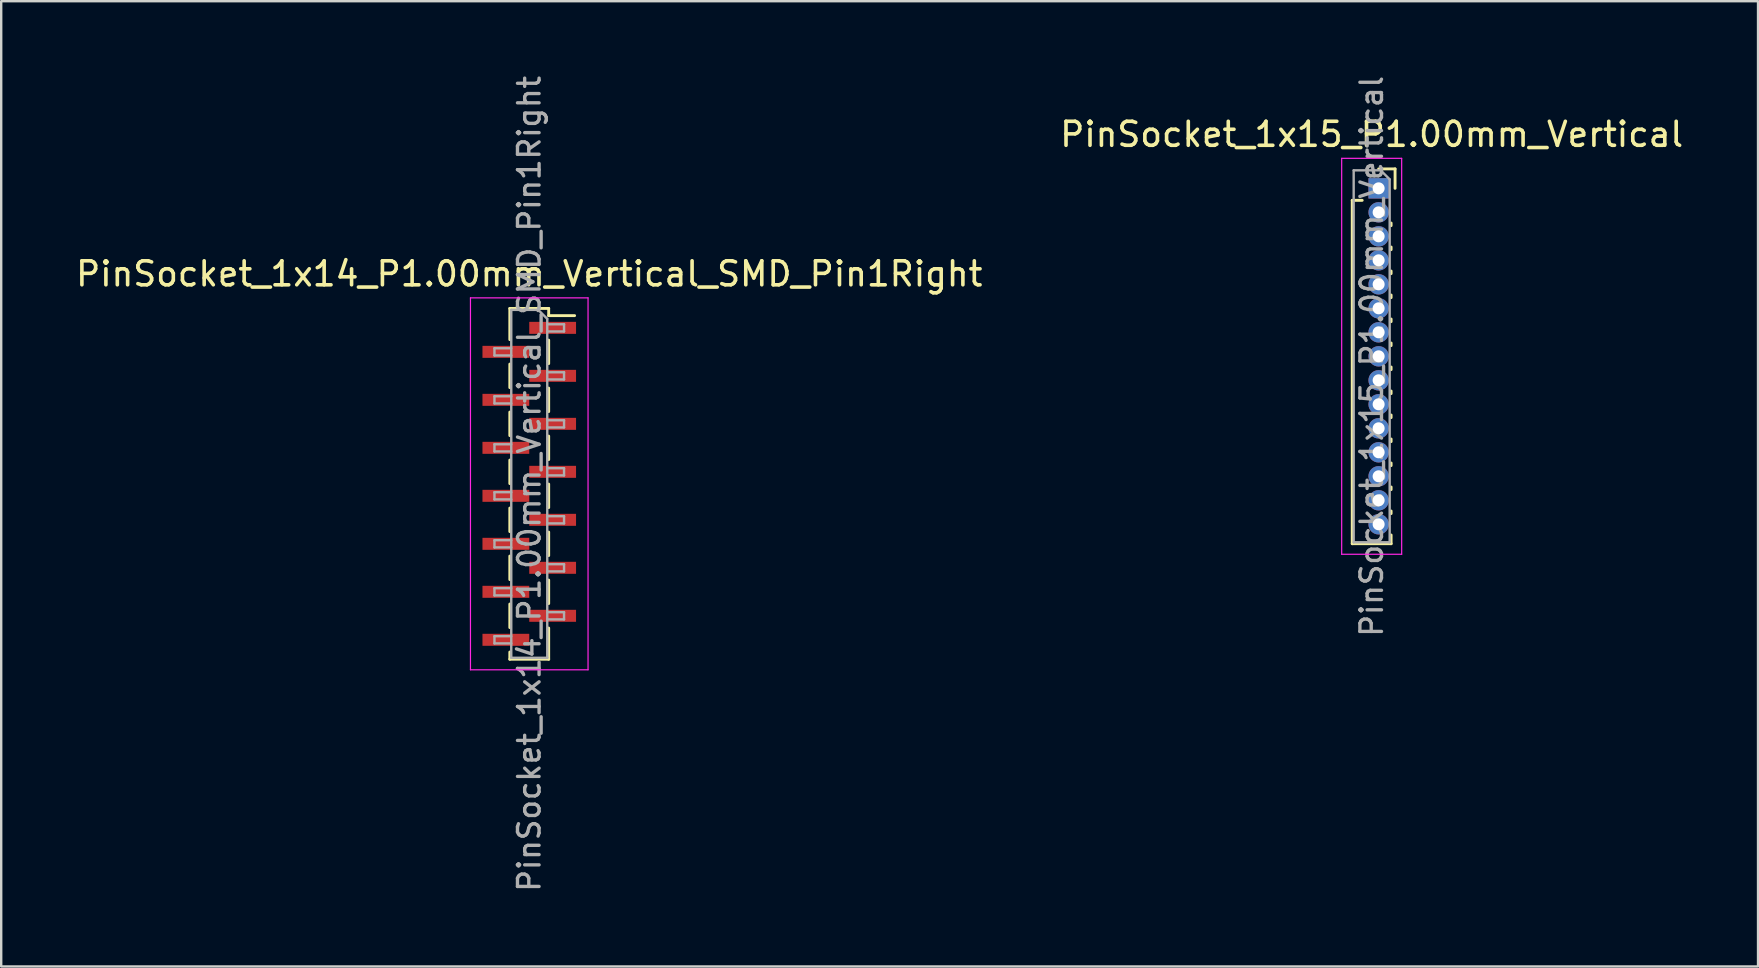
<source format=kicad_pcb>
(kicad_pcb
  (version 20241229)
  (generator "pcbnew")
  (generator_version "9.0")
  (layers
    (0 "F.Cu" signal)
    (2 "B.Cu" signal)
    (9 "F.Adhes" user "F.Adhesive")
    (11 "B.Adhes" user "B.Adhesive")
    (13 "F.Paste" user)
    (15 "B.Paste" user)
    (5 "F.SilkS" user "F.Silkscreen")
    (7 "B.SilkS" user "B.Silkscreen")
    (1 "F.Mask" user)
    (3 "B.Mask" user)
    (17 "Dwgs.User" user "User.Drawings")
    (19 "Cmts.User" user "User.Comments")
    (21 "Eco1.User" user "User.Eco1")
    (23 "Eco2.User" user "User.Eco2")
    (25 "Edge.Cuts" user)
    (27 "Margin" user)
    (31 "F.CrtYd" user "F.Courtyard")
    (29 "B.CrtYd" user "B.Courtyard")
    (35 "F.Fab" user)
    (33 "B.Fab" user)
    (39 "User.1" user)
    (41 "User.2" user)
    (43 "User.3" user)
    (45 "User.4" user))
  (footprint "PinSocket_1x14_P1.00mm_Vertical_SMD_Pin1Right"
    (layer "F.Cu")
    (at 19.006 17.113)
    (property "Reference" "PinSocket_1x14_P1.00mm_Vertical_SMD_Pin1Right" (at 0 -8.75 0) (layer "F.SilkS") (effects (font (size 1 1) (thickness 0.15))))
    (attr smd)
    (fp_line (start -0.81 -7.31) (end -0.81 -6.01) (stroke (width 0.12) (type solid)) (layer "F.SilkS"))
    (fp_line (start -0.81 -7.31) (end 0.81 -7.31) (stroke (width 0.12) (type solid)) (layer "F.SilkS"))
    (fp_line (start -0.81 -4.99) (end -0.81 -4.01) (stroke (width 0.12) (type solid)) (layer "F.SilkS"))
    (fp_line (start -0.81 -2.99) (end -0.81 -2.01) (stroke (width 0.12) (type solid)) (layer "F.SilkS"))
    (fp_line (start -0.81 -0.99) (end -0.81 -0.01) (stroke (width 0.12) (type solid)) (layer "F.SilkS"))
    (fp_line (start -0.81 1.01) (end -0.81 1.99) (stroke (width 0.12) (type solid)) (layer "F.SilkS"))
    (fp_line (start -0.81 3.01) (end -0.81 3.99) (stroke (width 0.12) (type solid)) (layer "F.SilkS"))
    (fp_line (start -0.81 5.01) (end -0.81 5.99) (stroke (width 0.12) (type solid)) (layer "F.SilkS"))
    (fp_line (start -0.81 7.01) (end -0.81 7.31) (stroke (width 0.12) (type solid)) (layer "F.SilkS"))
    (fp_line (start -0.81 7.31) (end 0.81 7.31) (stroke (width 0.12) (type solid)) (layer "F.SilkS"))
    (fp_line (start 0.81 -7.31) (end 0.81 -7.01) (stroke (width 0.12) (type solid)) (layer "F.SilkS"))
    (fp_line (start 0.81 -7.01) (end 1.89 -7.01) (stroke (width 0.12) (type solid)) (layer "F.SilkS"))
    (fp_line (start 0.81 -5.99) (end 0.81 -5.01) (stroke (width 0.12) (type solid)) (layer "F.SilkS"))
    (fp_line (start 0.81 -3.99) (end 0.81 -3.01) (stroke (width 0.12) (type solid)) (layer "F.SilkS"))
    (fp_line (start 0.81 -1.99) (end 0.81 -1.01) (stroke (width 0.12) (type solid)) (layer "F.SilkS"))
    (fp_line (start 0.81 0.01) (end 0.81 0.99) (stroke (width 0.12) (type solid)) (layer "F.SilkS"))
    (fp_line (start 0.81 2.01) (end 0.81 2.99) (stroke (width 0.12) (type solid)) (layer "F.SilkS"))
    (fp_line (start 0.81 4.01) (end 0.81 4.99) (stroke (width 0.12) (type solid)) (layer "F.SilkS"))
    (fp_line (start 0.81 6.01) (end 0.81 7.31) (stroke (width 0.12) (type solid)) (layer "F.SilkS"))
    (fp_line (start -2.45 -7.75) (end 2.45 -7.75) (stroke (width 0.05) (type solid)) (layer "F.CrtYd"))
    (fp_line (start -2.45 7.75) (end -2.45 -7.75) (stroke (width 0.05) (type solid)) (layer "F.CrtYd"))
    (fp_line (start 2.45 -7.75) (end 2.45 7.75) (stroke (width 0.05) (type solid)) (layer "F.CrtYd"))
    (fp_line (start 2.45 7.75) (end -2.45 7.75) (stroke (width 0.05) (type solid)) (layer "F.CrtYd"))
    (fp_line (start -1.45 -5.65) (end -0.75 -5.65) (stroke (width 0.1) (type solid)) (layer "F.Fab"))
    (fp_line (start -1.45 -5.35) (end -1.45 -5.65) (stroke (width 0.1) (type solid)) (layer "F.Fab"))
    (fp_line (start -1.45 -3.65) (end -0.75 -3.65) (stroke (width 0.1) (type solid)) (layer "F.Fab"))
    (fp_line (start -1.45 -3.35) (end -1.45 -3.65) (stroke (width 0.1) (type solid)) (layer "F.Fab"))
    (fp_line (start -1.45 -1.65) (end -0.75 -1.65) (stroke (width 0.1) (type solid)) (layer "F.Fab"))
    (fp_line (start -1.45 -1.35) (end -1.45 -1.65) (stroke (width 0.1) (type solid)) (layer "F.Fab"))
    (fp_line (start -1.45 0.35) (end -0.75 0.35) (stroke (width 0.1) (type solid)) (layer "F.Fab"))
    (fp_line (start -1.45 0.65) (end -1.45 0.35) (stroke (width 0.1) (type solid)) (layer "F.Fab"))
    (fp_line (start -1.45 2.35) (end -0.75 2.35) (stroke (width 0.1) (type solid)) (layer "F.Fab"))
    (fp_line (start -1.45 2.65) (end -1.45 2.35) (stroke (width 0.1) (type solid)) (layer "F.Fab"))
    (fp_line (start -1.45 4.35) (end -0.75 4.35) (stroke (width 0.1) (type solid)) (layer "F.Fab"))
    (fp_line (start -1.45 4.65) (end -1.45 4.35) (stroke (width 0.1) (type solid)) (layer "F.Fab"))
    (fp_line (start -1.45 6.35) (end -0.75 6.35) (stroke (width 0.1) (type solid)) (layer "F.Fab"))
    (fp_line (start -1.45 6.65) (end -1.45 6.35) (stroke (width 0.1) (type solid)) (layer "F.Fab"))
    (fp_line (start -0.75 -7.25) (end 0.375 -7.25) (stroke (width 0.1) (type solid)) (layer "F.Fab"))
    (fp_line (start -0.75 -5.35) (end -1.45 -5.35) (stroke (width 0.1) (type solid)) (layer "F.Fab"))
    (fp_line (start -0.75 -3.35) (end -1.45 -3.35) (stroke (width 0.1) (type solid)) (layer "F.Fab"))
    (fp_line (start -0.75 -1.35) (end -1.45 -1.35) (stroke (width 0.1) (type solid)) (layer "F.Fab"))
    (fp_line (start -0.75 0.65) (end -1.45 0.65) (stroke (width 0.1) (type solid)) (layer "F.Fab"))
    (fp_line (start -0.75 2.65) (end -1.45 2.65) (stroke (width 0.1) (type solid)) (layer "F.Fab"))
    (fp_line (start -0.75 4.65) (end -1.45 4.65) (stroke (width 0.1) (type solid)) (layer "F.Fab"))
    (fp_line (start -0.75 6.65) (end -1.45 6.65) (stroke (width 0.1) (type solid)) (layer "F.Fab"))
    (fp_line (start -0.75 7.25) (end -0.75 -7.25) (stroke (width 0.1) (type solid)) (layer "F.Fab"))
    (fp_line (start 0.375 -7.25) (end 0.75 -6.875) (stroke (width 0.1) (type solid)) (layer "F.Fab"))
    (fp_line (start 0.75 -6.875) (end 0.75 7.25) (stroke (width 0.1) (type solid)) (layer "F.Fab"))
    (fp_line (start 0.75 -6.65) (end 1.45 -6.65) (stroke (width 0.1) (type solid)) (layer "F.Fab"))
    (fp_line (start 0.75 -4.65) (end 1.45 -4.65) (stroke (width 0.1) (type solid)) (layer "F.Fab"))
    (fp_line (start 0.75 -2.65) (end 1.45 -2.65) (stroke (width 0.1) (type solid)) (layer "F.Fab"))
    (fp_line (start 0.75 -0.65) (end 1.45 -0.65) (stroke (width 0.1) (type solid)) (layer "F.Fab"))
    (fp_line (start 0.75 1.35) (end 1.45 1.35) (stroke (width 0.1) (type solid)) (layer "F.Fab"))
    (fp_line (start 0.75 3.35) (end 1.45 3.35) (stroke (width 0.1) (type solid)) (layer "F.Fab"))
    (fp_line (start 0.75 5.35) (end 1.45 5.35) (stroke (width 0.1) (type solid)) (layer "F.Fab"))
    (fp_line (start 0.75 7.25) (end -0.75 7.25) (stroke (width 0.1) (type solid)) (layer "F.Fab"))
    (fp_line (start 1.45 -6.65) (end 1.45 -6.35) (stroke (width 0.1) (type solid)) (layer "F.Fab"))
    (fp_line (start 1.45 -6.35) (end 0.75 -6.35) (stroke (width 0.1) (type solid)) (layer "F.Fab"))
    (fp_line (start 1.45 -4.65) (end 1.45 -4.35) (stroke (width 0.1) (type solid)) (layer "F.Fab"))
    (fp_line (start 1.45 -4.35) (end 0.75 -4.35) (stroke (width 0.1) (type solid)) (layer "F.Fab"))
    (fp_line (start 1.45 -2.65) (end 1.45 -2.35) (stroke (width 0.1) (type solid)) (layer "F.Fab"))
    (fp_line (start 1.45 -2.35) (end 0.75 -2.35) (stroke (width 0.1) (type solid)) (layer "F.Fab"))
    (fp_line (start 1.45 -0.65) (end 1.45 -0.35) (stroke (width 0.1) (type solid)) (layer "F.Fab"))
    (fp_line (start 1.45 -0.35) (end 0.75 -0.35) (stroke (width 0.1) (type solid)) (layer "F.Fab"))
    (fp_line (start 1.45 1.35) (end 1.45 1.65) (stroke (width 0.1) (type solid)) (layer "F.Fab"))
    (fp_line (start 1.45 1.65) (end 0.75 1.65) (stroke (width 0.1) (type solid)) (layer "F.Fab"))
    (fp_line (start 1.45 3.35) (end 1.45 3.65) (stroke (width 0.1) (type solid)) (layer "F.Fab"))
    (fp_line (start 1.45 3.65) (end 0.75 3.65) (stroke (width 0.1) (type solid)) (layer "F.Fab"))
    (fp_line (start 1.45 5.35) (end 1.45 5.65) (stroke (width 0.1) (type solid)) (layer "F.Fab"))
    (fp_line (start 1.45 5.65) (end 0.75 5.65) (stroke (width 0.1) (type solid)) (layer "F.Fab"))
    (fp_text user "${REFERENCE}" (at 0 0 90) (layer "F.Fab") (effects (font (size 0.9 0.9) (thickness 0.14))))
    (pad "1" smd rect (at 0.975 -6.5) (size 1.95 0.5) (layers "F.Cu" "F.Mask" "F.Paste"))
    (pad "2" smd rect (at -0.975 -5.5) (size 1.95 0.5) (layers "F.Cu" "F.Mask" "F.Paste"))
    (pad "3" smd rect (at 0.975 -4.5) (size 1.95 0.5) (layers "F.Cu" "F.Mask" "F.Paste"))
    (pad "4" smd rect (at -0.975 -3.5) (size 1.95 0.5) (layers "F.Cu" "F.Mask" "F.Paste"))
    (pad "5" smd rect (at 0.975 -2.5) (size 1.95 0.5) (layers "F.Cu" "F.Mask" "F.Paste"))
    (pad "6" smd rect (at -0.975 -1.5) (size 1.95 0.5) (layers "F.Cu" "F.Mask" "F.Paste"))
    (pad "7" smd rect (at 0.975 -0.5) (size 1.95 0.5) (layers "F.Cu" "F.Mask" "F.Paste"))
    (pad "8" smd rect (at -0.975 0.5) (size 1.95 0.5) (layers "F.Cu" "F.Mask" "F.Paste"))
    (pad "9" smd rect (at 0.975 1.5) (size 1.95 0.5) (layers "F.Cu" "F.Mask" "F.Paste"))
    (pad "10" smd rect (at -0.975 2.5) (size 1.95 0.5) (layers "F.Cu" "F.Mask" "F.Paste"))
    (pad "11" smd rect (at 0.975 3.5) (size 1.95 0.5) (layers "F.Cu" "F.Mask" "F.Paste"))
    (pad "12" smd rect (at -0.975 4.5) (size 1.95 0.5) (layers "F.Cu" "F.Mask" "F.Paste"))
    (pad "13" smd rect (at 0.975 5.5) (size 1.95 0.5) (layers "F.Cu" "F.Mask" "F.Paste"))
    (pad "14" smd rect (at -0.975 6.5) (size 1.95 0.5) (layers "F.Cu" "F.Mask" "F.Paste")))
  (footprint "PinSocket_1x15_P1.00mm_Vertical"
    (layer "F.Cu")
    (at 54.403 4.799)
    (property "Reference" "PinSocket_1x15_P1.00mm_Vertical" (at -0.29 -2.25 0) (layer "F.SilkS") (effects (font (size 1 1) (thickness 0.15))))
    (attr through_hole)
    (fp_line (start -1.1 0.5) (end -1.1 14.81) (stroke (width 0.12) (type solid)) (layer "F.SilkS"))
    (fp_line (start -1.1 0.5) (end -0.685 0.5) (stroke (width 0.12) (type solid)) (layer "F.SilkS"))
    (fp_line (start -1.1 14.81) (end 0.52 14.81) (stroke (width 0.12) (type solid)) (layer "F.SilkS"))
    (fp_line (start 0 -0.81) (end 0.685 -0.81) (stroke (width 0.12) (type solid)) (layer "F.SilkS"))
    (fp_line (start 0.52 1.446) (end 0.52 1.554) (stroke (width 0.12) (type solid)) (layer "F.SilkS"))
    (fp_line (start 0.52 2.446) (end 0.52 2.554) (stroke (width 0.12) (type solid)) (layer "F.SilkS"))
    (fp_line (start 0.52 3.446) (end 0.52 3.554) (stroke (width 0.12) (type solid)) (layer "F.SilkS"))
    (fp_line (start 0.52 4.446) (end 0.52 4.554) (stroke (width 0.12) (type solid)) (layer "F.SilkS"))
    (fp_line (start 0.52 5.446) (end 0.52 5.554) (stroke (width 0.12) (type solid)) (layer "F.SilkS"))
    (fp_line (start 0.52 6.446) (end 0.52 6.554) (stroke (width 0.12) (type solid)) (layer "F.SilkS"))
    (fp_line (start 0.52 7.446) (end 0.52 7.554) (stroke (width 0.12) (type solid)) (layer "F.SilkS"))
    (fp_line (start 0.52 8.446) (end 0.52 8.554) (stroke (width 0.12) (type solid)) (layer "F.SilkS"))
    (fp_line (start 0.52 9.446) (end 0.52 9.554) (stroke (width 0.12) (type solid)) (layer "F.SilkS"))
    (fp_line (start 0.52 10.446) (end 0.52 10.554) (stroke (width 0.12) (type solid)) (layer "F.SilkS"))
    (fp_line (start 0.52 11.446) (end 0.52 11.554) (stroke (width 0.12) (type solid)) (layer "F.SilkS"))
    (fp_line (start 0.52 12.446) (end 0.52 12.554) (stroke (width 0.12) (type solid)) (layer "F.SilkS"))
    (fp_line (start 0.52 13.446) (end 0.52 13.554) (stroke (width 0.12) (type solid)) (layer "F.SilkS"))
    (fp_line (start 0.52 14.446) (end 0.52 14.81) (stroke (width 0.12) (type solid)) (layer "F.SilkS"))
    (fp_line (start 0.685 -0.81) (end 0.685 0) (stroke (width 0.12) (type solid)) (layer "F.SilkS"))
    (fp_line (start -1.54 -1.25) (end 0.96 -1.25) (stroke (width 0.05) (type solid)) (layer "F.CrtYd"))
    (fp_line (start -1.54 15.25) (end -1.54 -1.25) (stroke (width 0.05) (type solid)) (layer "F.CrtYd"))
    (fp_line (start 0.96 -1.25) (end 0.96 15.25) (stroke (width 0.05) (type solid)) (layer "F.CrtYd"))
    (fp_line (start 0.96 15.25) (end -1.54 15.25) (stroke (width 0.05) (type solid)) (layer "F.CrtYd"))
    (fp_line (start -1.04 -0.75) (end 0.085 -0.75) (stroke (width 0.1) (type solid)) (layer "F.Fab"))
    (fp_line (start -1.04 14.75) (end -1.04 -0.75) (stroke (width 0.1) (type solid)) (layer "F.Fab"))
    (fp_line (start 0.085 -0.75) (end 0.46 -0.375) (stroke (width 0.1) (type solid)) (layer "F.Fab"))
    (fp_line (start 0.46 -0.375) (end 0.46 14.75) (stroke (width 0.1) (type solid)) (layer "F.Fab"))
    (fp_line (start 0.46 14.75) (end -1.04 14.75) (stroke (width 0.1) (type solid)) (layer "F.Fab"))
    (fp_text user "${REFERENCE}" (at -0.29 7 90) (layer "F.Fab") (effects (font (size 0.9 0.9) (thickness 0.14))))
    (pad "1" thru_hole rect (at 0 0) (size 0.85 0.85) (drill 0.5) (layers "*.Cu" "*.Mask"))
    (pad "2" thru_hole oval (at 0 1) (size 0.85 0.85) (drill 0.5) (layers "*.Cu" "*.Mask"))
    (pad "3" thru_hole oval (at 0 2) (size 0.85 0.85) (drill 0.5) (layers "*.Cu" "*.Mask"))
    (pad "4" thru_hole oval (at 0 3) (size 0.85 0.85) (drill 0.5) (layers "*.Cu" "*.Mask"))
    (pad "5" thru_hole oval (at 0 4) (size 0.85 0.85) (drill 0.5) (layers "*.Cu" "*.Mask"))
    (pad "6" thru_hole oval (at 0 5) (size 0.85 0.85) (drill 0.5) (layers "*.Cu" "*.Mask"))
    (pad "7" thru_hole oval (at 0 6) (size 0.85 0.85) (drill 0.5) (layers "*.Cu" "*.Mask"))
    (pad "8" thru_hole oval (at 0 7) (size 0.85 0.85) (drill 0.5) (layers "*.Cu" "*.Mask"))
    (pad "9" thru_hole oval (at 0 8) (size 0.85 0.85) (drill 0.5) (layers "*.Cu" "*.Mask"))
    (pad "10" thru_hole oval (at 0 9) (size 0.85 0.85) (drill 0.5) (layers "*.Cu" "*.Mask"))
    (pad "11" thru_hole oval (at 0 10) (size 0.85 0.85) (drill 0.5) (layers "*.Cu" "*.Mask"))
    (pad "12" thru_hole oval (at 0 11) (size 0.85 0.85) (drill 0.5) (layers "*.Cu" "*.Mask"))
    (pad "13" thru_hole oval (at 0 12) (size 0.85 0.85) (drill 0.5) (layers "*.Cu" "*.Mask"))
    (pad "14" thru_hole oval (at 0 13) (size 0.85 0.85) (drill 0.5) (layers "*.Cu" "*.Mask"))
    (pad "15" thru_hole oval (at 0 14) (size 0.85 0.85) (drill 0.5) (layers "*.Cu" "*.Mask")))
  (gr_rect
    (start -3 -3)
    (end 70.214 37.226)
    (stroke (width 0.1) (type default))
    (fill no)
    (layer "Edge.Cuts")))
</source>
